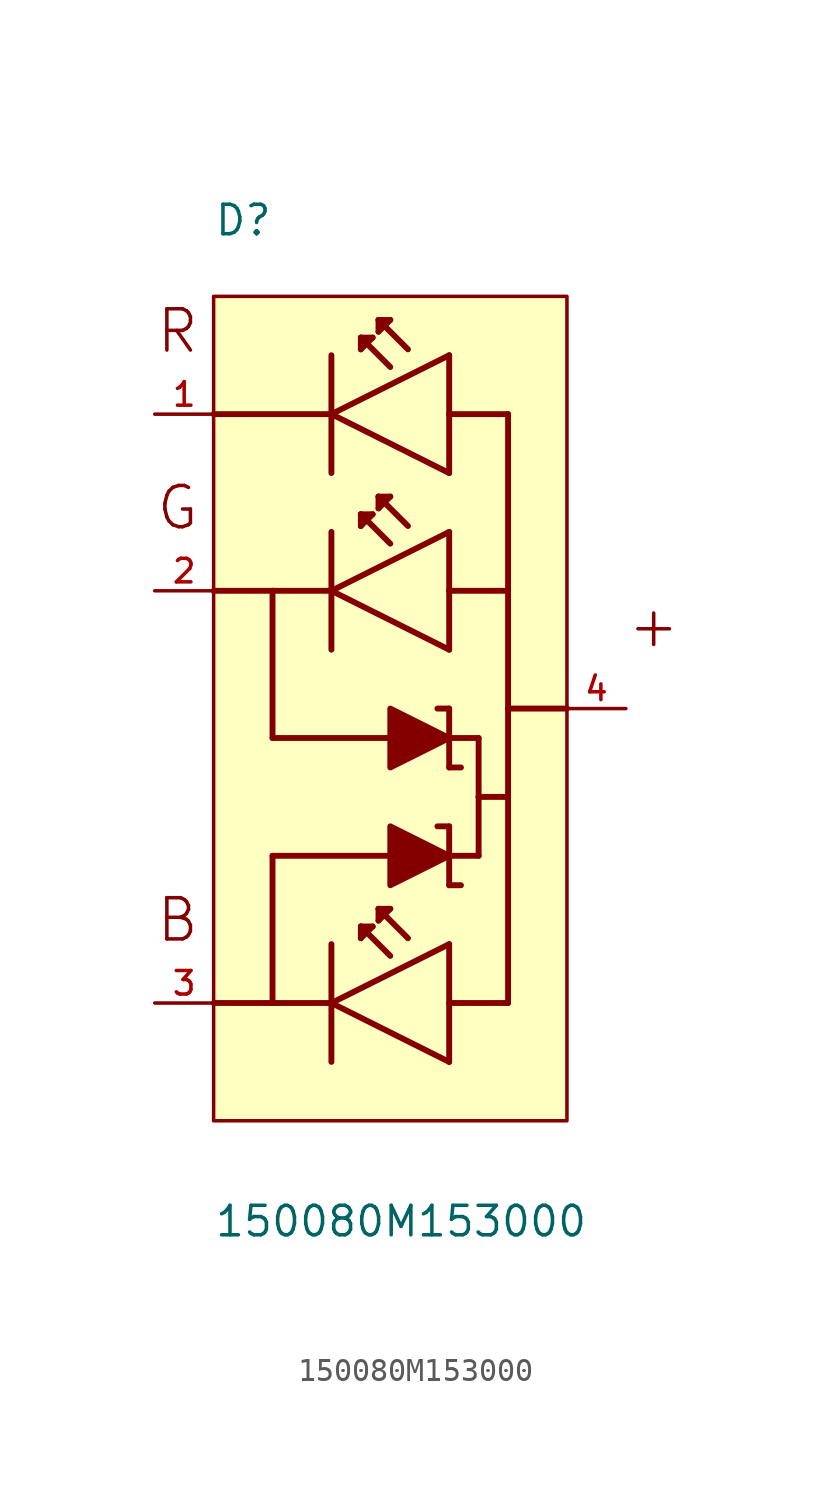
<source format=kicad_sym>
(kicad_symbol_lib
  (version 20211014)
  (generator kicad_symbol_editor)
  (symbol "150080M153000"
    (pin_names
      (offset 1.016))
    (property "Reference" "D"
      (at -7.62 20.32 0)
      (effects (font (size 1.27 1.27)) (justify bottom left)))
    (property "Value" "150080M153000"
      (at -7.62 -22.86 0)
      (effects (font (size 1.27 1.27)) (justify bottom left)))
    (symbol "150080M153000_0_0"
      (polyline (pts (xy 2.54 15.24) (xy 2.54 12.7)) (stroke (width 0.254)))
      (polyline (pts (xy 2.54 12.7) (xy 2.54 10.16)) (stroke (width 0.254)))
      (polyline (pts (xy 2.54 10.16) (xy -2.54 12.7)) (stroke (width 0.254)))
      (polyline (pts (xy -2.54 12.7) (xy 2.54 15.24)) (stroke (width 0.254)))
      (polyline (pts (xy 2.54 7.62) (xy 2.54 5.08)) (stroke (width 0.254)))
      (polyline (pts (xy 2.54 5.08) (xy 2.54 2.54)) (stroke (width 0.254)))
      (polyline (pts (xy 2.54 2.54) (xy -2.54 5.08)) (stroke (width 0.254)))
      (polyline (pts (xy -2.54 5.08) (xy 2.54 7.62)) (stroke (width 0.254)))
      (polyline (pts (xy 2.54 -10.16) (xy 2.54 -12.7)) (stroke (width 0.254)))
      (polyline (pts (xy 2.54 -12.7) (xy 2.54 -15.24)) (stroke (width 0.254)))
      (polyline (pts (xy 2.54 -15.24) (xy -2.54 -12.7)) (stroke (width 0.254)))
      (polyline (pts (xy -2.54 -12.7) (xy 2.54 -10.16)) (stroke (width 0.254)))
      (polyline (pts (xy 0.0 0.0) (xy 0.0 -2.54) (xy 2.54 -1.27) (xy 0.0 0.0)) (stroke (width 0.254)) (fill (type outline)))
      (polyline (pts (xy 2.54 0.0) (xy 2.54 -2.54)) (stroke (width 0.254)))
      (polyline (pts (xy 2.54 0.0) (xy 2.032 0.0)) (stroke (width 0.254)))
      (polyline (pts (xy 3.048 -2.54) (xy 2.54 -2.54)) (stroke (width 0.254)))
      (polyline (pts (xy 0.0 -5.08) (xy 0.0 -7.62) (xy 2.54 -6.35) (xy 0.0 -5.08)) (stroke (width 0.254)) (fill (type outline)))
      (polyline (pts (xy 2.54 -5.08) (xy 2.54 -7.62)) (stroke (width 0.254)))
      (polyline (pts (xy 2.54 -5.08) (xy 2.032 -5.08)) (stroke (width 0.254)))
      (polyline (pts (xy 3.048 -7.62) (xy 2.54 -7.62)) (stroke (width 0.254)))
      (polyline (pts (xy -2.54 7.62) (xy -2.54 5.08)) (stroke (width 0.254)))
      (polyline (pts (xy -2.54 5.08) (xy -2.54 2.54)) (stroke (width 0.254)))
      (polyline (pts (xy -2.54 15.24) (xy -2.54 12.7)) (stroke (width 0.254)))
      (polyline (pts (xy -2.54 12.7) (xy -2.54 10.16)) (stroke (width 0.254)))
      (polyline (pts (xy -2.54 -10.16) (xy -2.54 -12.7)) (stroke (width 0.254)))
      (polyline (pts (xy -2.54 -12.7) (xy -2.54 -15.24)) (stroke (width 0.254)))
      (polyline (pts (xy -1.27 16.002) (xy 0.0 14.732)) (stroke (width 0.254)))
      (polyline (pts (xy -1.27 16.002) (xy -1.27 15.494)) (stroke (width 0.254)))
      (polyline (pts (xy -1.27 15.494) (xy -0.762 16.002)) (stroke (width 0.254)))
      (polyline (pts (xy -0.762 16.002) (xy -1.27 16.002)) (stroke (width 0.254)))
      (polyline (pts (xy -0.508 16.764) (xy 0.762 15.494)) (stroke (width 0.254)))
      (polyline (pts (xy -0.508 16.764) (xy -0.508 16.256)) (stroke (width 0.254)))
      (polyline (pts (xy -0.508 16.256) (xy 0.0 16.764)) (stroke (width 0.254)))
      (polyline (pts (xy 0.0 16.764) (xy -0.508 16.764)) (stroke (width 0.254)))
      (polyline (pts (xy -1.27 8.382) (xy 0.0 7.112)) (stroke (width 0.254)))
      (polyline (pts (xy -1.27 8.382) (xy -1.27 7.874)) (stroke (width 0.254)))
      (polyline (pts (xy -1.27 7.874) (xy -0.762 8.382)) (stroke (width 0.254)))
      (polyline (pts (xy -0.762 8.382) (xy -1.27 8.382)) (stroke (width 0.254)))
      (polyline (pts (xy -0.508 9.144) (xy 0.762 7.874)) (stroke (width 0.254)))
      (polyline (pts (xy -0.508 9.144) (xy -0.508 8.636)) (stroke (width 0.254)))
      (polyline (pts (xy -0.508 8.636) (xy 0.0 9.144)) (stroke (width 0.254)))
      (polyline (pts (xy 0.0 9.144) (xy -0.508 9.144)) (stroke (width 0.254)))
      (polyline (pts (xy -1.27 -9.398) (xy 0.0 -10.668)) (stroke (width 0.254)))
      (polyline (pts (xy -1.27 -9.398) (xy -1.27 -9.906)) (stroke (width 0.254)))
      (polyline (pts (xy -1.27 -9.906) (xy -0.762 -9.398)) (stroke (width 0.254)))
      (polyline (pts (xy -0.762 -9.398) (xy -1.27 -9.398)) (stroke (width 0.254)))
      (polyline (pts (xy -0.508 -8.636) (xy 0.762 -9.906)) (stroke (width 0.254)))
      (polyline (pts (xy -0.508 -8.636) (xy -0.508 -9.144)) (stroke (width 0.254)))
      (polyline (pts (xy -0.508 -9.144) (xy 0.0 -8.636)) (stroke (width 0.254)))
      (polyline (pts (xy 0.0 -8.636) (xy -0.508 -8.636)) (stroke (width 0.254)))
      (polyline (pts (xy -2.54 -12.7) (xy -5.08 -12.7)) (stroke (width 0.254)))
      (polyline (pts (xy -5.08 -12.7) (xy -5.08 -6.35)) (stroke (width 0.254)))
      (polyline (pts (xy -5.08 -6.35) (xy 3.81 -6.35)) (stroke (width 0.254)))
      (polyline (pts (xy 3.81 -1.27) (xy -5.08 -1.27)) (stroke (width 0.254)))
      (polyline (pts (xy -5.08 -1.27) (xy -5.08 5.08)) (stroke (width 0.254)))
      (polyline (pts (xy -5.08 5.08) (xy -2.54 5.08)) (stroke (width 0.254)))
      (polyline (pts (xy -2.54 12.7) (xy -7.62 12.7)) (stroke (width 0.254)))
      (polyline (pts (xy 2.54 12.7) (xy 5.08 12.7)) (stroke (width 0.254)))
      (polyline (pts (xy 3.81 -1.27) (xy 3.81 -3.81)) (stroke (width 0.254)))
      (polyline (pts (xy 3.81 -3.81) (xy 3.81 -6.35)) (stroke (width 0.254)))
      (polyline (pts (xy 3.81 -3.81) (xy 5.08 -3.81)) (stroke (width 0.254)))
      (polyline (pts (xy 5.08 12.7) (xy 5.08 5.08)) (stroke (width 0.254)))
      (polyline (pts (xy 5.08 5.08) (xy 5.08 0.0)) (stroke (width 0.254)))
      (polyline (pts (xy 5.08 0.0) (xy 5.08 -12.7)) (stroke (width 0.254)))
      (polyline (pts (xy 5.08 -12.7) (xy 2.54 -12.7)) (stroke (width 0.254)))
      (polyline (pts (xy 2.54 5.08) (xy 5.08 5.08)) (stroke (width 0.254)))
      (polyline (pts (xy 7.62 0.0) (xy 5.08 0.0)) (stroke (width 0.254)))
      (polyline (pts (xy -5.08 5.08) (xy -7.62 5.08)) (stroke (width 0.254)))
      (polyline (pts (xy -5.08 -12.7) (xy -7.62 -12.7)) (stroke (width 0.254)))
      (text "R" (at -10.16 15.24 0) (effects (font (size 1.778 1.778)) (justify bottom left)))
      (text "G" (at -10.16 7.62 0) (effects (font (size 1.778 1.778)) (justify bottom left)))
      (text "B" (at -10.16 -10.16 0) (effects (font (size 1.778 1.778)) (justify bottom left)))
      (text "+" (at 10.16 2.54 0) (effects (font (size 1.778 1.778)) (justify bottom left)))
      (rectangle (start -7.62 -17.78) (end 7.62 17.78) (stroke (width 0.152)) (fill (type background)))
      (pin passive line (at -10.16 12.7 0) (length 2.54) (name "~" (effects (font (size 1.016 1.016)))) (number "1" (effects (font (size 1.016 1.016)))))
      (pin passive line (at -10.16 5.08 0) (length 2.54) (name "~" (effects (font (size 1.016 1.016)))) (number "2" (effects (font (size 1.016 1.016)))))
      (pin passive line (at -10.16 -12.7 0) (length 2.54) (name "~" (effects (font (size 1.016 1.016)))) (number "3" (effects (font (size 1.016 1.016)))))
      (pin passive line (at 10.16 0.0 180.0) (length 2.54) (name "~" (effects (font (size 1.016 1.016)))) (number "4" (effects (font (size 1.016 1.016))))))))
</source>
